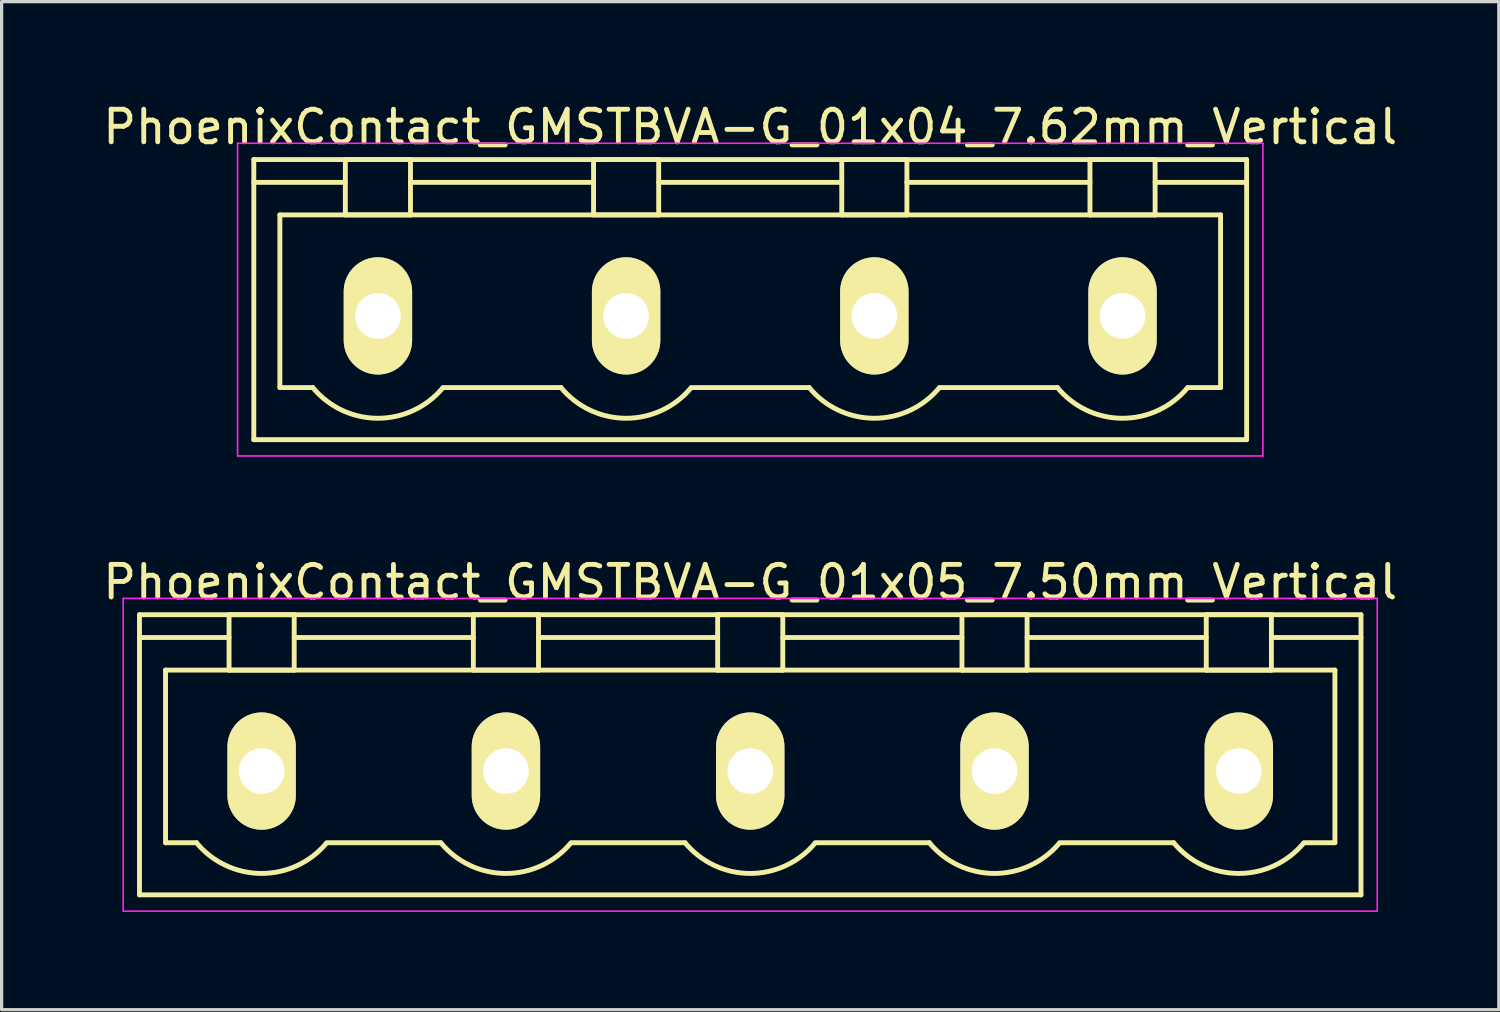
<source format=kicad_pcb>
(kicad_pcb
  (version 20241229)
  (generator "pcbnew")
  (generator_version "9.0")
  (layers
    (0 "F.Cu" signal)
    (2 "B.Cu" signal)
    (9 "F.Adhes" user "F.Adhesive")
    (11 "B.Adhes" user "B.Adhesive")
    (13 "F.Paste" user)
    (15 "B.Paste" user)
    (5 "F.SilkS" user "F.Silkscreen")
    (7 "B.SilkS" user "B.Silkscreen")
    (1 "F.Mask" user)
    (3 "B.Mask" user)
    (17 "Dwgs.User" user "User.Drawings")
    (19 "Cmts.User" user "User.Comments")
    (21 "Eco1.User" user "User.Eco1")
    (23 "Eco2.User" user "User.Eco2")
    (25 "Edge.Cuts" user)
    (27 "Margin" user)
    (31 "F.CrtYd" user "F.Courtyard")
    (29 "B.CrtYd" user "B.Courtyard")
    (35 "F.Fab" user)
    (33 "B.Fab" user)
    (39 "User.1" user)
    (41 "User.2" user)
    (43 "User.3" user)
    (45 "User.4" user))
  (footprint "PhoenixContact_GMSTBVA-G_01x04_7.62mm_Vertical"
    (layer "F.Cu")
    (at 8.552 6.648)
    (property "Reference" "PhoenixContact_GMSTBVA-G_01x04_7.62mm_Vertical" (at 11.43 -5.8 0) (layer "F.SilkS") (effects (font (size 1 1) (thickness 0.15))))
    (attr through_hole)
    (fp_line (start -3.81 -4.8) (end -3.81 3.8) (stroke (width 0.15) (type solid)) (layer "F.SilkS"))
    (fp_line (start -3.81 -4.1) (end -1 -4.1) (stroke (width 0.15) (type solid)) (layer "F.SilkS"))
    (fp_line (start -3.81 3.8) (end 26.67 3.8) (stroke (width 0.15) (type solid)) (layer "F.SilkS"))
    (fp_line (start -3.01 -3.1) (end 25.87 -3.1) (stroke (width 0.15) (type solid)) (layer "F.SilkS"))
    (fp_line (start -3.01 2.2) (end -3.01 -3.1) (stroke (width 0.15) (type solid)) (layer "F.SilkS"))
    (fp_line (start -2 2.2) (end -3.01 2.2) (stroke (width 0.15) (type solid)) (layer "F.SilkS"))
    (fp_line (start -1 -4.8) (end 1 -4.8) (stroke (width 0.15) (type solid)) (layer "F.SilkS"))
    (fp_line (start -1 -3.1) (end -1 -4.8) (stroke (width 0.15) (type solid)) (layer "F.SilkS"))
    (fp_line (start 1 -4.8) (end 1 -3.1) (stroke (width 0.15) (type solid)) (layer "F.SilkS"))
    (fp_line (start 1 -4.1) (end 6.62 -4.1) (stroke (width 0.15) (type solid)) (layer "F.SilkS"))
    (fp_line (start 1 -3.1) (end -1 -3.1) (stroke (width 0.15) (type solid)) (layer "F.SilkS"))
    (fp_line (start 2 2.2) (end 5.62 2.2) (stroke (width 0.15) (type solid)) (layer "F.SilkS"))
    (fp_line (start 6.62 -4.8) (end 8.62 -4.8) (stroke (width 0.15) (type solid)) (layer "F.SilkS"))
    (fp_line (start 6.62 -3.1) (end 6.62 -4.8) (stroke (width 0.15) (type solid)) (layer "F.SilkS"))
    (fp_line (start 8.62 -4.8) (end 8.62 -3.1) (stroke (width 0.15) (type solid)) (layer "F.SilkS"))
    (fp_line (start 8.62 -4.1) (end 14.24 -4.1) (stroke (width 0.15) (type solid)) (layer "F.SilkS"))
    (fp_line (start 8.62 -3.1) (end 6.62 -3.1) (stroke (width 0.15) (type solid)) (layer "F.SilkS"))
    (fp_line (start 9.62 2.2) (end 13.24 2.2) (stroke (width 0.15) (type solid)) (layer "F.SilkS"))
    (fp_line (start 14.24 -4.8) (end 16.24 -4.8) (stroke (width 0.15) (type solid)) (layer "F.SilkS"))
    (fp_line (start 14.24 -3.1) (end 14.24 -4.8) (stroke (width 0.15) (type solid)) (layer "F.SilkS"))
    (fp_line (start 16.24 -4.8) (end 16.24 -3.1) (stroke (width 0.15) (type solid)) (layer "F.SilkS"))
    (fp_line (start 16.24 -4.1) (end 21.86 -4.1) (stroke (width 0.15) (type solid)) (layer "F.SilkS"))
    (fp_line (start 16.24 -3.1) (end 14.24 -3.1) (stroke (width 0.15) (type solid)) (layer "F.SilkS"))
    (fp_line (start 17.24 2.2) (end 20.86 2.2) (stroke (width 0.15) (type solid)) (layer "F.SilkS"))
    (fp_line (start 21.86 -4.8) (end 23.86 -4.8) (stroke (width 0.15) (type solid)) (layer "F.SilkS"))
    (fp_line (start 21.86 -3.1) (end 21.86 -4.8) (stroke (width 0.15) (type solid)) (layer "F.SilkS"))
    (fp_line (start 23.86 -4.8) (end 23.86 -3.1) (stroke (width 0.15) (type solid)) (layer "F.SilkS"))
    (fp_line (start 23.86 -3.1) (end 21.86 -3.1) (stroke (width 0.15) (type solid)) (layer "F.SilkS"))
    (fp_line (start 25.87 -3.1) (end 25.87 2.2) (stroke (width 0.15) (type solid)) (layer "F.SilkS"))
    (fp_line (start 25.87 2.2) (end 24.86 2.2) (stroke (width 0.15) (type solid)) (layer "F.SilkS"))
    (fp_line (start 26.67 -4.8) (end -3.81 -4.8) (stroke (width 0.15) (type solid)) (layer "F.SilkS"))
    (fp_line (start 26.67 -4.1) (end 23.86 -4.1) (stroke (width 0.15) (type solid)) (layer "F.SilkS"))
    (fp_line (start 26.67 3.8) (end 26.67 -4.8) (stroke (width 0.15) (type solid)) (layer "F.SilkS"))
    (fp_arc (start 1.986842 2.215821) (mid -0.010289 3.142758) (end -2 2.2) (stroke (width 0.15) (type solid)) (layer "F.SilkS"))
    (fp_arc (start 9.606842 2.215821) (mid 7.609711 3.142758) (end 5.62 2.2) (stroke (width 0.15) (type solid)) (layer "F.SilkS"))
    (fp_arc (start 17.226842 2.215821) (mid 15.229711 3.142758) (end 13.24 2.2) (stroke (width 0.15) (type solid)) (layer "F.SilkS"))
    (fp_arc (start 24.846842 2.215821) (mid 22.849711 3.142758) (end 20.86 2.2) (stroke (width 0.15) (type solid)) (layer "F.SilkS"))
    (fp_line (start -4.31 -5.3) (end -4.31 4.3) (stroke (width 0.05) (type solid)) (layer "F.CrtYd"))
    (fp_line (start -4.31 4.3) (end 27.17 4.3) (stroke (width 0.05) (type solid)) (layer "F.CrtYd"))
    (fp_line (start 27.17 -5.3) (end -4.31 -5.3) (stroke (width 0.05) (type solid)) (layer "F.CrtYd"))
    (fp_line (start 27.17 4.3) (end 27.17 -5.3) (stroke (width 0.05) (type solid)) (layer "F.CrtYd"))
    (pad "1" thru_hole oval (at 0 0) (size 2.1 3.6) (drill 1.4) (layers "*.Cu" "*.Mask" "F.SilkS"))
    (pad "2" thru_hole oval (at 7.62 0) (size 2.1 3.6) (drill 1.4) (layers "*.Cu" "*.Mask" "F.SilkS"))
    (pad "3" thru_hole oval (at 15.24 0) (size 2.1 3.6) (drill 1.4) (layers "*.Cu" "*.Mask" "F.SilkS"))
    (pad "4" thru_hole oval (at 22.86 0) (size 2.1 3.6) (drill 1.4) (layers "*.Cu" "*.Mask" "F.SilkS")))
  (footprint "PhoenixContact_GMSTBVA-G_01x05_7.50mm_Vertical"
    (layer "F.Cu")
    (at 4.982 20.622)
    (property "Reference" "PhoenixContact_GMSTBVA-G_01x05_7.50mm_Vertical" (at 15 -5.8 0) (layer "F.SilkS") (effects (font (size 1 1) (thickness 0.15))))
    (attr through_hole)
    (fp_line (start -3.75 -4.8) (end -3.75 3.8) (stroke (width 0.15) (type solid)) (layer "F.SilkS"))
    (fp_line (start -3.75 -4.1) (end -1 -4.1) (stroke (width 0.15) (type solid)) (layer "F.SilkS"))
    (fp_line (start -3.75 3.8) (end 33.75 3.8) (stroke (width 0.15) (type solid)) (layer "F.SilkS"))
    (fp_line (start -2.95 -3.1) (end 32.95 -3.1) (stroke (width 0.15) (type solid)) (layer "F.SilkS"))
    (fp_line (start -2.95 2.2) (end -2.95 -3.1) (stroke (width 0.15) (type solid)) (layer "F.SilkS"))
    (fp_line (start -2 2.2) (end -2.95 2.2) (stroke (width 0.15) (type solid)) (layer "F.SilkS"))
    (fp_line (start -1 -4.8) (end 1 -4.8) (stroke (width 0.15) (type solid)) (layer "F.SilkS"))
    (fp_line (start -1 -3.1) (end -1 -4.8) (stroke (width 0.15) (type solid)) (layer "F.SilkS"))
    (fp_line (start 1 -4.8) (end 1 -3.1) (stroke (width 0.15) (type solid)) (layer "F.SilkS"))
    (fp_line (start 1 -4.1) (end 6.5 -4.1) (stroke (width 0.15) (type solid)) (layer "F.SilkS"))
    (fp_line (start 1 -3.1) (end -1 -3.1) (stroke (width 0.15) (type solid)) (layer "F.SilkS"))
    (fp_line (start 2 2.2) (end 5.5 2.2) (stroke (width 0.15) (type solid)) (layer "F.SilkS"))
    (fp_line (start 6.5 -4.8) (end 8.5 -4.8) (stroke (width 0.15) (type solid)) (layer "F.SilkS"))
    (fp_line (start 6.5 -3.1) (end 6.5 -4.8) (stroke (width 0.15) (type solid)) (layer "F.SilkS"))
    (fp_line (start 8.5 -4.8) (end 8.5 -3.1) (stroke (width 0.15) (type solid)) (layer "F.SilkS"))
    (fp_line (start 8.5 -4.1) (end 14 -4.1) (stroke (width 0.15) (type solid)) (layer "F.SilkS"))
    (fp_line (start 8.5 -3.1) (end 6.5 -3.1) (stroke (width 0.15) (type solid)) (layer "F.SilkS"))
    (fp_line (start 9.5 2.2) (end 13 2.2) (stroke (width 0.15) (type solid)) (layer "F.SilkS"))
    (fp_line (start 14 -4.8) (end 16 -4.8) (stroke (width 0.15) (type solid)) (layer "F.SilkS"))
    (fp_line (start 14 -3.1) (end 14 -4.8) (stroke (width 0.15) (type solid)) (layer "F.SilkS"))
    (fp_line (start 16 -4.8) (end 16 -3.1) (stroke (width 0.15) (type solid)) (layer "F.SilkS"))
    (fp_line (start 16 -4.1) (end 21.5 -4.1) (stroke (width 0.15) (type solid)) (layer "F.SilkS"))
    (fp_line (start 16 -3.1) (end 14 -3.1) (stroke (width 0.15) (type solid)) (layer "F.SilkS"))
    (fp_line (start 17 2.2) (end 20.5 2.2) (stroke (width 0.15) (type solid)) (layer "F.SilkS"))
    (fp_line (start 21.5 -4.8) (end 23.5 -4.8) (stroke (width 0.15) (type solid)) (layer "F.SilkS"))
    (fp_line (start 21.5 -3.1) (end 21.5 -4.8) (stroke (width 0.15) (type solid)) (layer "F.SilkS"))
    (fp_line (start 23.5 -4.8) (end 23.5 -3.1) (stroke (width 0.15) (type solid)) (layer "F.SilkS"))
    (fp_line (start 23.5 -4.1) (end 29 -4.1) (stroke (width 0.15) (type solid)) (layer "F.SilkS"))
    (fp_line (start 23.5 -3.1) (end 21.5 -3.1) (stroke (width 0.15) (type solid)) (layer "F.SilkS"))
    (fp_line (start 24.5 2.2) (end 28 2.2) (stroke (width 0.15) (type solid)) (layer "F.SilkS"))
    (fp_line (start 29 -4.8) (end 31 -4.8) (stroke (width 0.15) (type solid)) (layer "F.SilkS"))
    (fp_line (start 29 -3.1) (end 29 -4.8) (stroke (width 0.15) (type solid)) (layer "F.SilkS"))
    (fp_line (start 31 -4.8) (end 31 -3.1) (stroke (width 0.15) (type solid)) (layer "F.SilkS"))
    (fp_line (start 31 -3.1) (end 29 -3.1) (stroke (width 0.15) (type solid)) (layer "F.SilkS"))
    (fp_line (start 32.95 -3.1) (end 32.95 2.2) (stroke (width 0.15) (type solid)) (layer "F.SilkS"))
    (fp_line (start 32.95 2.2) (end 32 2.2) (stroke (width 0.15) (type solid)) (layer "F.SilkS"))
    (fp_line (start 33.75 -4.8) (end -3.75 -4.8) (stroke (width 0.15) (type solid)) (layer "F.SilkS"))
    (fp_line (start 33.75 -4.1) (end 31 -4.1) (stroke (width 0.15) (type solid)) (layer "F.SilkS"))
    (fp_line (start 33.75 3.8) (end 33.75 -4.8) (stroke (width 0.15) (type solid)) (layer "F.SilkS"))
    (fp_arc (start 1.986842 2.215821) (mid -0.010289 3.142758) (end -2 2.2) (stroke (width 0.15) (type solid)) (layer "F.SilkS"))
    (fp_arc (start 9.486842 2.215821) (mid 7.489711 3.142758) (end 5.5 2.2) (stroke (width 0.15) (type solid)) (layer "F.SilkS"))
    (fp_arc (start 16.986842 2.215821) (mid 14.989711 3.142758) (end 13 2.2) (stroke (width 0.15) (type solid)) (layer "F.SilkS"))
    (fp_arc (start 24.486842 2.215821) (mid 22.489711 3.142758) (end 20.5 2.2) (stroke (width 0.15) (type solid)) (layer "F.SilkS"))
    (fp_arc (start 31.986842 2.215821) (mid 29.989711 3.142758) (end 28 2.2) (stroke (width 0.15) (type solid)) (layer "F.SilkS"))
    (fp_line (start -4.25 -5.3) (end -4.25 4.3) (stroke (width 0.05) (type solid)) (layer "F.CrtYd"))
    (fp_line (start -4.25 4.3) (end 34.25 4.3) (stroke (width 0.05) (type solid)) (layer "F.CrtYd"))
    (fp_line (start 34.25 -5.3) (end -4.25 -5.3) (stroke (width 0.05) (type solid)) (layer "F.CrtYd"))
    (fp_line (start 34.25 4.3) (end 34.25 -5.3) (stroke (width 0.05) (type solid)) (layer "F.CrtYd"))
    (pad "1" thru_hole oval (at 0 0) (size 2.1 3.6) (drill 1.4) (layers "*.Cu" "*.Mask" "F.SilkS"))
    (pad "2" thru_hole oval (at 7.5 0) (size 2.1 3.6) (drill 1.4) (layers "*.Cu" "*.Mask" "F.SilkS"))
    (pad "3" thru_hole oval (at 15 0) (size 2.1 3.6) (drill 1.4) (layers "*.Cu" "*.Mask" "F.SilkS"))
    (pad "4" thru_hole oval (at 22.5 0) (size 2.1 3.6) (drill 1.4) (layers "*.Cu" "*.Mask" "F.SilkS"))
    (pad "5" thru_hole oval (at 30 0) (size 2.1 3.6) (drill 1.4) (layers "*.Cu" "*.Mask" "F.SilkS")))
  (gr_rect
    (start -3 -3)
    (end 42.964 27.947)
    (stroke (width 0.1) (type default))
    (fill no)
    (layer "Edge.Cuts")))
</source>
